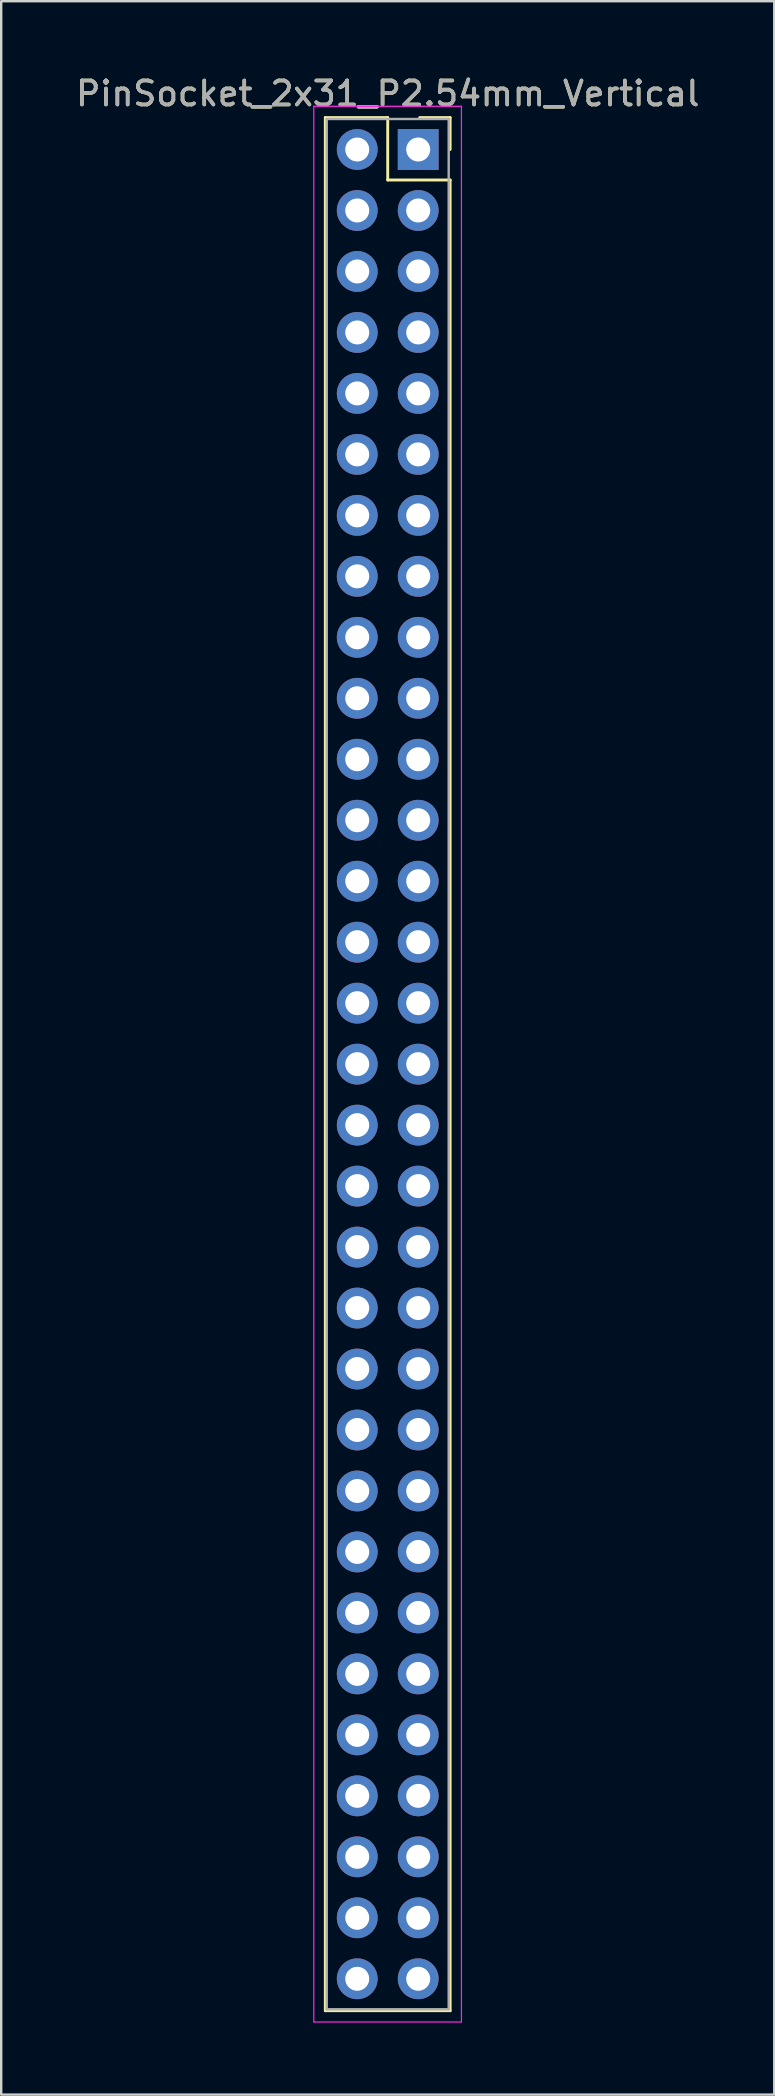
<source format=kicad_pcb>
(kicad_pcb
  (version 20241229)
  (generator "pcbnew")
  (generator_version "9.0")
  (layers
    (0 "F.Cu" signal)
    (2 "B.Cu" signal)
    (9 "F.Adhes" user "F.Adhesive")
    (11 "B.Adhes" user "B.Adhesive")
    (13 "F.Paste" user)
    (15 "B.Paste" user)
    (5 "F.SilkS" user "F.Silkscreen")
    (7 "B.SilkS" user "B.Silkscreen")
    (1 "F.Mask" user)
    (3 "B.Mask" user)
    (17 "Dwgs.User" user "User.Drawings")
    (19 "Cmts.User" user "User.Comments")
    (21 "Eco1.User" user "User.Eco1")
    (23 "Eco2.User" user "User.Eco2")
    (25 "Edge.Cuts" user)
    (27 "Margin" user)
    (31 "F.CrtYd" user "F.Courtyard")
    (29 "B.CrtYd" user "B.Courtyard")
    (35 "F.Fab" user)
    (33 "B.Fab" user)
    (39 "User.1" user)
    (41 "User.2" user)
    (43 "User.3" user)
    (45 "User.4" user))
  (footprint "PinSocket_2x31_P2.54mm_Vertical"
    (layer "F.Cu")
    (at 14.371 3.178)
    (property "Reference" "PinSocket_2x31_P2.54mm_Vertical" (at -1.27 -2.33 0) (layer "F.SilkS") (effects (font (size 1 1) (thickness 0.15))))
    (attr through_hole)
    (fp_line (start -3.87 -1.33) (end -1.27 -1.33) (stroke (width 0.12) (type solid)) (layer "F.SilkS"))
    (fp_line (start -3.87 77.53) (end -3.87 -1.33) (stroke (width 0.12) (type solid)) (layer "F.SilkS"))
    (fp_line (start -1.27 -1.33) (end -1.27 1.27) (stroke (width 0.12) (type solid)) (layer "F.SilkS"))
    (fp_line (start -1.27 1.27) (end 1.33 1.27) (stroke (width 0.12) (type solid)) (layer "F.SilkS"))
    (fp_line (start 1.33 -1.33) (end 0.06 -1.33) (stroke (width 0.12) (type solid)) (layer "F.SilkS"))
    (fp_line (start 1.33 0) (end 1.33 -1.33) (stroke (width 0.12) (type solid)) (layer "F.SilkS"))
    (fp_line (start 1.33 1.27) (end 1.33 77.53) (stroke (width 0.12) (type solid)) (layer "F.SilkS"))
    (fp_line (start 1.33 77.53) (end -3.87 77.53) (stroke (width 0.12) (type solid)) (layer "F.SilkS"))
    (fp_line (start -4.35 -1.8) (end -4.35 78) (stroke (width 0.05) (type solid)) (layer "F.CrtYd"))
    (fp_line (start -4.35 78) (end 1.8 78) (stroke (width 0.05) (type solid)) (layer "F.CrtYd"))
    (fp_line (start 1.8 -1.8) (end -4.35 -1.8) (stroke (width 0.05) (type solid)) (layer "F.CrtYd"))
    (fp_line (start 1.8 78) (end 1.8 -1.8) (stroke (width 0.05) (type solid)) (layer "F.CrtYd"))
    (fp_line (start -3.81 -1.27) (end -3.81 77.47) (stroke (width 0.1) (type solid)) (layer "F.Fab"))
    (fp_line (start -3.81 77.47) (end 1.27 77.47) (stroke (width 0.1) (type solid)) (layer "F.Fab"))
    (fp_line (start 1.27 -1.27) (end -3.81 -1.27) (stroke (width 0.1) (type solid)) (layer "F.Fab"))
    (fp_line (start 1.27 77.47) (end 1.27 -1.27) (stroke (width 0.1) (type solid)) (layer "F.Fab"))
    (fp_text user "${REFERENCE}" (at -1.27 -2.33 0) (layer "F.Fab") (effects (font (size 1 1) (thickness 0.15))))
    (pad "1" thru_hole rect (at 0 0) (size 1.7 1.7) (drill 1) (layers "*.Cu" "*.Mask"))
    (pad "2" thru_hole oval (at -2.54 0) (size 1.7 1.7) (drill 1) (layers "*.Cu" "*.Mask"))
    (pad "3" thru_hole oval (at 0 2.54) (size 1.7 1.7) (drill 1) (layers "*.Cu" "*.Mask"))
    (pad "4" thru_hole oval (at -2.54 2.54) (size 1.7 1.7) (drill 1) (layers "*.Cu" "*.Mask"))
    (pad "5" thru_hole oval (at 0 5.08) (size 1.7 1.7) (drill 1) (layers "*.Cu" "*.Mask"))
    (pad "6" thru_hole oval (at -2.54 5.08) (size 1.7 1.7) (drill 1) (layers "*.Cu" "*.Mask"))
    (pad "7" thru_hole oval (at 0 7.62) (size 1.7 1.7) (drill 1) (layers "*.Cu" "*.Mask"))
    (pad "8" thru_hole oval (at -2.54 7.62) (size 1.7 1.7) (drill 1) (layers "*.Cu" "*.Mask"))
    (pad "9" thru_hole oval (at 0 10.16) (size 1.7 1.7) (drill 1) (layers "*.Cu" "*.Mask"))
    (pad "10" thru_hole oval (at -2.54 10.16) (size 1.7 1.7) (drill 1) (layers "*.Cu" "*.Mask"))
    (pad "11" thru_hole oval (at 0 12.7) (size 1.7 1.7) (drill 1) (layers "*.Cu" "*.Mask"))
    (pad "12" thru_hole oval (at -2.54 12.7) (size 1.7 1.7) (drill 1) (layers "*.Cu" "*.Mask"))
    (pad "13" thru_hole oval (at 0 15.24) (size 1.7 1.7) (drill 1) (layers "*.Cu" "*.Mask"))
    (pad "14" thru_hole oval (at -2.54 15.24) (size 1.7 1.7) (drill 1) (layers "*.Cu" "*.Mask"))
    (pad "15" thru_hole oval (at 0 17.78) (size 1.7 1.7) (drill 1) (layers "*.Cu" "*.Mask"))
    (pad "16" thru_hole oval (at -2.54 17.78) (size 1.7 1.7) (drill 1) (layers "*.Cu" "*.Mask"))
    (pad "17" thru_hole oval (at 0 20.32) (size 1.7 1.7) (drill 1) (layers "*.Cu" "*.Mask"))
    (pad "18" thru_hole oval (at -2.54 20.32) (size 1.7 1.7) (drill 1) (layers "*.Cu" "*.Mask"))
    (pad "19" thru_hole oval (at 0 22.86) (size 1.7 1.7) (drill 1) (layers "*.Cu" "*.Mask"))
    (pad "20" thru_hole oval (at -2.54 22.86) (size 1.7 1.7) (drill 1) (layers "*.Cu" "*.Mask"))
    (pad "21" thru_hole oval (at 0 25.4) (size 1.7 1.7) (drill 1) (layers "*.Cu" "*.Mask"))
    (pad "22" thru_hole oval (at -2.54 25.4) (size 1.7 1.7) (drill 1) (layers "*.Cu" "*.Mask"))
    (pad "23" thru_hole oval (at 0 27.94) (size 1.7 1.7) (drill 1) (layers "*.Cu" "*.Mask"))
    (pad "24" thru_hole oval (at -2.54 27.94) (size 1.7 1.7) (drill 1) (layers "*.Cu" "*.Mask"))
    (pad "25" thru_hole oval (at 0 30.48) (size 1.7 1.7) (drill 1) (layers "*.Cu" "*.Mask"))
    (pad "26" thru_hole oval (at -2.54 30.48) (size 1.7 1.7) (drill 1) (layers "*.Cu" "*.Mask"))
    (pad "27" thru_hole oval (at 0 33.02) (size 1.7 1.7) (drill 1) (layers "*.Cu" "*.Mask"))
    (pad "28" thru_hole oval (at -2.54 33.02) (size 1.7 1.7) (drill 1) (layers "*.Cu" "*.Mask"))
    (pad "29" thru_hole oval (at 0 35.56) (size 1.7 1.7) (drill 1) (layers "*.Cu" "*.Mask"))
    (pad "30" thru_hole oval (at -2.54 35.56) (size 1.7 1.7) (drill 1) (layers "*.Cu" "*.Mask"))
    (pad "31" thru_hole oval (at 0 38.1) (size 1.7 1.7) (drill 1) (layers "*.Cu" "*.Mask"))
    (pad "32" thru_hole oval (at -2.54 38.1) (size 1.7 1.7) (drill 1) (layers "*.Cu" "*.Mask"))
    (pad "33" thru_hole oval (at 0 40.64) (size 1.7 1.7) (drill 1) (layers "*.Cu" "*.Mask"))
    (pad "34" thru_hole oval (at -2.54 40.64) (size 1.7 1.7) (drill 1) (layers "*.Cu" "*.Mask"))
    (pad "35" thru_hole oval (at 0 43.18) (size 1.7 1.7) (drill 1) (layers "*.Cu" "*.Mask"))
    (pad "36" thru_hole oval (at -2.54 43.18) (size 1.7 1.7) (drill 1) (layers "*.Cu" "*.Mask"))
    (pad "37" thru_hole oval (at 0 45.72) (size 1.7 1.7) (drill 1) (layers "*.Cu" "*.Mask"))
    (pad "38" thru_hole oval (at -2.54 45.72) (size 1.7 1.7) (drill 1) (layers "*.Cu" "*.Mask"))
    (pad "39" thru_hole oval (at 0 48.26) (size 1.7 1.7) (drill 1) (layers "*.Cu" "*.Mask"))
    (pad "40" thru_hole oval (at -2.54 48.26) (size 1.7 1.7) (drill 1) (layers "*.Cu" "*.Mask"))
    (pad "41" thru_hole oval (at 0 50.8) (size 1.7 1.7) (drill 1) (layers "*.Cu" "*.Mask"))
    (pad "42" thru_hole oval (at -2.54 50.8) (size 1.7 1.7) (drill 1) (layers "*.Cu" "*.Mask"))
    (pad "43" thru_hole oval (at 0 53.34) (size 1.7 1.7) (drill 1) (layers "*.Cu" "*.Mask"))
    (pad "44" thru_hole oval (at -2.54 53.34) (size 1.7 1.7) (drill 1) (layers "*.Cu" "*.Mask"))
    (pad "45" thru_hole oval (at 0 55.88) (size 1.7 1.7) (drill 1) (layers "*.Cu" "*.Mask"))
    (pad "46" thru_hole oval (at -2.54 55.88) (size 1.7 1.7) (drill 1) (layers "*.Cu" "*.Mask"))
    (pad "47" thru_hole oval (at 0 58.42) (size 1.7 1.7) (drill 1) (layers "*.Cu" "*.Mask"))
    (pad "48" thru_hole oval (at -2.54 58.42) (size 1.7 1.7) (drill 1) (layers "*.Cu" "*.Mask"))
    (pad "49" thru_hole oval (at 0 60.96) (size 1.7 1.7) (drill 1) (layers "*.Cu" "*.Mask"))
    (pad "50" thru_hole oval (at -2.54 60.96) (size 1.7 1.7) (drill 1) (layers "*.Cu" "*.Mask"))
    (pad "51" thru_hole oval (at 0 63.5) (size 1.7 1.7) (drill 1) (layers "*.Cu" "*.Mask"))
    (pad "52" thru_hole oval (at -2.54 63.5) (size 1.7 1.7) (drill 1) (layers "*.Cu" "*.Mask"))
    (pad "53" thru_hole oval (at 0 66.04) (size 1.7 1.7) (drill 1) (layers "*.Cu" "*.Mask"))
    (pad "54" thru_hole oval (at -2.54 66.04) (size 1.7 1.7) (drill 1) (layers "*.Cu" "*.Mask"))
    (pad "55" thru_hole oval (at 0 68.58) (size 1.7 1.7) (drill 1) (layers "*.Cu" "*.Mask"))
    (pad "56" thru_hole oval (at -2.54 68.58) (size 1.7 1.7) (drill 1) (layers "*.Cu" "*.Mask"))
    (pad "57" thru_hole oval (at 0 71.12) (size 1.7 1.7) (drill 1) (layers "*.Cu" "*.Mask"))
    (pad "58" thru_hole oval (at -2.54 71.12) (size 1.7 1.7) (drill 1) (layers "*.Cu" "*.Mask"))
    (pad "59" thru_hole oval (at 0 73.66) (size 1.7 1.7) (drill 1) (layers "*.Cu" "*.Mask"))
    (pad "60" thru_hole oval (at -2.54 73.66) (size 1.7 1.7) (drill 1) (layers "*.Cu" "*.Mask"))
    (pad "61" thru_hole oval (at 0 76.2) (size 1.7 1.7) (drill 1) (layers "*.Cu" "*.Mask"))
    (pad "62" thru_hole oval (at -2.54 76.2) (size 1.7 1.7) (drill 1) (layers "*.Cu" "*.Mask")))
  (gr_rect
    (start -3 -3)
    (end 29.202 84.203)
    (stroke (width 0.1) (type default))
    (fill no)
    (layer "Edge.Cuts")))
</source>
